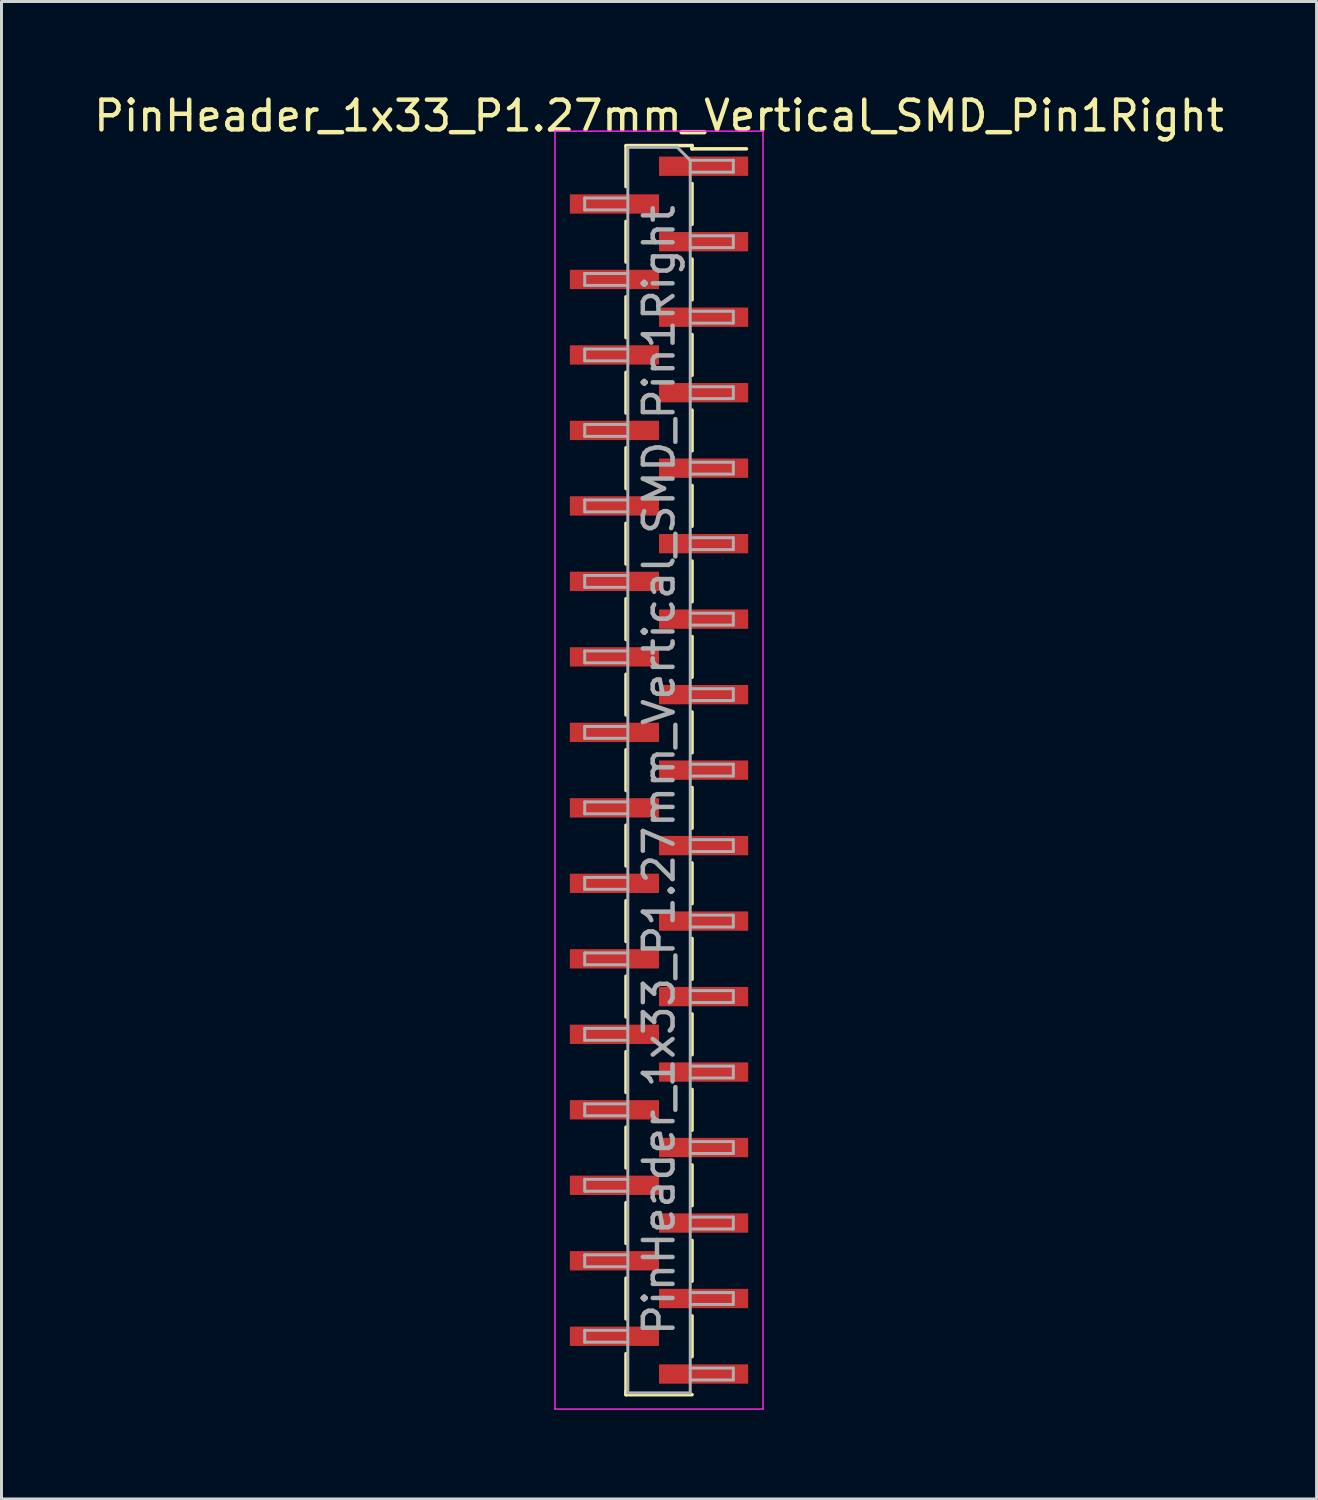
<source format=kicad_pcb>
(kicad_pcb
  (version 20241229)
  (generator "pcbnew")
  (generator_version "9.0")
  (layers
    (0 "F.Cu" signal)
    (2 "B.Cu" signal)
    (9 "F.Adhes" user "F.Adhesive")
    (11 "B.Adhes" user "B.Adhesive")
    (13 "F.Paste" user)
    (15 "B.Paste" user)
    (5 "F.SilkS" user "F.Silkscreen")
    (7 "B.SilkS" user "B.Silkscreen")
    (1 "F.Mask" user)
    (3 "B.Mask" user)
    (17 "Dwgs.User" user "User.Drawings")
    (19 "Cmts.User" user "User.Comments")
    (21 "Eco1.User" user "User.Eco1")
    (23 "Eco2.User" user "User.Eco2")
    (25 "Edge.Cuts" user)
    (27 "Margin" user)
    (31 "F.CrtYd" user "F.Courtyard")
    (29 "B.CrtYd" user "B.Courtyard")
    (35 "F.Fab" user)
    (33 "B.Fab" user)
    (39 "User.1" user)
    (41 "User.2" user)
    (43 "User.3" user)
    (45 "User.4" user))
  (footprint "PinHeader_1x33_P1.27mm_Vertical_SMD_Pin1Right"
    (layer "F.Cu")
    (at 19.125 22.863)
    (property "Reference" "PinHeader_1x33_P1.27mm_Vertical_SMD_Pin1Right" (at 0 -22.015 0) (layer "F.SilkS") (effects (font (size 1 1) (thickness 0.15))))
    (attr smd)
    (fp_line (start -1.11 -21.015) (end 1.11 -21.015) (stroke (width 0.12) (type solid)) (layer "F.SilkS"))
    (fp_line (start -1.11 -21.005) (end -1.11 -19.635) (stroke (width 0.12) (type solid)) (layer "F.SilkS"))
    (fp_line (start -1.11 -18.465) (end -1.11 -17.095) (stroke (width 0.12) (type solid)) (layer "F.SilkS"))
    (fp_line (start -1.11 -15.925) (end -1.11 -14.555) (stroke (width 0.12) (type solid)) (layer "F.SilkS"))
    (fp_line (start -1.11 -13.385) (end -1.11 -12.015) (stroke (width 0.12) (type solid)) (layer "F.SilkS"))
    (fp_line (start -1.11 -10.845) (end -1.11 -9.475) (stroke (width 0.12) (type solid)) (layer "F.SilkS"))
    (fp_line (start -1.11 -8.305) (end -1.11 -6.935) (stroke (width 0.12) (type solid)) (layer "F.SilkS"))
    (fp_line (start -1.11 -5.765) (end -1.11 -4.395) (stroke (width 0.12) (type solid)) (layer "F.SilkS"))
    (fp_line (start -1.11 -3.225) (end -1.11 -1.855) (stroke (width 0.12) (type solid)) (layer "F.SilkS"))
    (fp_line (start -1.11 -0.685) (end -1.11 0.685) (stroke (width 0.12) (type solid)) (layer "F.SilkS"))
    (fp_line (start -1.11 1.855) (end -1.11 3.225) (stroke (width 0.12) (type solid)) (layer "F.SilkS"))
    (fp_line (start -1.11 4.395) (end -1.11 5.765) (stroke (width 0.12) (type solid)) (layer "F.SilkS"))
    (fp_line (start -1.11 6.935) (end -1.11 8.305) (stroke (width 0.12) (type solid)) (layer "F.SilkS"))
    (fp_line (start -1.11 9.475) (end -1.11 10.845) (stroke (width 0.12) (type solid)) (layer "F.SilkS"))
    (fp_line (start -1.11 12.015) (end -1.11 13.385) (stroke (width 0.12) (type solid)) (layer "F.SilkS"))
    (fp_line (start -1.11 14.555) (end -1.11 15.925) (stroke (width 0.12) (type solid)) (layer "F.SilkS"))
    (fp_line (start -1.11 17.095) (end -1.11 18.465) (stroke (width 0.12) (type solid)) (layer "F.SilkS"))
    (fp_line (start -1.11 19.635) (end -1.11 21.005) (stroke (width 0.12) (type solid)) (layer "F.SilkS"))
    (fp_line (start -1.11 20.905) (end -1.11 21.015) (stroke (width 0.12) (type solid)) (layer "F.SilkS"))
    (fp_line (start -1.11 21.015) (end 1.11 21.015) (stroke (width 0.12) (type solid)) (layer "F.SilkS"))
    (fp_line (start 1.11 -21.015) (end 1.11 -20.905) (stroke (width 0.12) (type solid)) (layer "F.SilkS"))
    (fp_line (start 1.11 -20.905) (end 2.94 -20.905) (stroke (width 0.12) (type solid)) (layer "F.SilkS"))
    (fp_line (start 1.11 -19.735) (end 1.11 -18.365) (stroke (width 0.12) (type solid)) (layer "F.SilkS"))
    (fp_line (start 1.11 -17.195) (end 1.11 -15.825) (stroke (width 0.12) (type solid)) (layer "F.SilkS"))
    (fp_line (start 1.11 -14.655) (end 1.11 -13.285) (stroke (width 0.12) (type solid)) (layer "F.SilkS"))
    (fp_line (start 1.11 -12.115) (end 1.11 -10.745) (stroke (width 0.12) (type solid)) (layer "F.SilkS"))
    (fp_line (start 1.11 -9.575) (end 1.11 -8.205) (stroke (width 0.12) (type solid)) (layer "F.SilkS"))
    (fp_line (start 1.11 -7.035) (end 1.11 -5.665) (stroke (width 0.12) (type solid)) (layer "F.SilkS"))
    (fp_line (start 1.11 -4.495) (end 1.11 -3.125) (stroke (width 0.12) (type solid)) (layer "F.SilkS"))
    (fp_line (start 1.11 -1.955) (end 1.11 -0.585) (stroke (width 0.12) (type solid)) (layer "F.SilkS"))
    (fp_line (start 1.11 0.585) (end 1.11 1.955) (stroke (width 0.12) (type solid)) (layer "F.SilkS"))
    (fp_line (start 1.11 3.125) (end 1.11 4.495) (stroke (width 0.12) (type solid)) (layer "F.SilkS"))
    (fp_line (start 1.11 5.665) (end 1.11 7.035) (stroke (width 0.12) (type solid)) (layer "F.SilkS"))
    (fp_line (start 1.11 8.205) (end 1.11 9.575) (stroke (width 0.12) (type solid)) (layer "F.SilkS"))
    (fp_line (start 1.11 10.745) (end 1.11 12.115) (stroke (width 0.12) (type solid)) (layer "F.SilkS"))
    (fp_line (start 1.11 13.285) (end 1.11 14.655) (stroke (width 0.12) (type solid)) (layer "F.SilkS"))
    (fp_line (start 1.11 15.825) (end 1.11 17.195) (stroke (width 0.12) (type solid)) (layer "F.SilkS"))
    (fp_line (start 1.11 18.365) (end 1.11 19.735) (stroke (width 0.12) (type solid)) (layer "F.SilkS"))
    (fp_line (start -3.5 -21.5) (end -3.5 21.5) (stroke (width 0.05) (type solid)) (layer "F.CrtYd"))
    (fp_line (start -3.5 21.5) (end 3.5 21.5) (stroke (width 0.05) (type solid)) (layer "F.CrtYd"))
    (fp_line (start 3.5 -21.5) (end -3.5 -21.5) (stroke (width 0.05) (type solid)) (layer "F.CrtYd"))
    (fp_line (start 3.5 21.5) (end 3.5 -21.5) (stroke (width 0.05) (type solid)) (layer "F.CrtYd"))
    (fp_line (start -2.5 -19.25) (end -2.5 -18.85) (stroke (width 0.1) (type solid)) (layer "F.Fab"))
    (fp_line (start -2.5 -18.85) (end -1.05 -18.85) (stroke (width 0.1) (type solid)) (layer "F.Fab"))
    (fp_line (start -2.5 -16.71) (end -2.5 -16.31) (stroke (width 0.1) (type solid)) (layer "F.Fab"))
    (fp_line (start -2.5 -16.31) (end -1.05 -16.31) (stroke (width 0.1) (type solid)) (layer "F.Fab"))
    (fp_line (start -2.5 -14.17) (end -2.5 -13.77) (stroke (width 0.1) (type solid)) (layer "F.Fab"))
    (fp_line (start -2.5 -13.77) (end -1.05 -13.77) (stroke (width 0.1) (type solid)) (layer "F.Fab"))
    (fp_line (start -2.5 -11.63) (end -2.5 -11.23) (stroke (width 0.1) (type solid)) (layer "F.Fab"))
    (fp_line (start -2.5 -11.23) (end -1.05 -11.23) (stroke (width 0.1) (type solid)) (layer "F.Fab"))
    (fp_line (start -2.5 -9.09) (end -2.5 -8.69) (stroke (width 0.1) (type solid)) (layer "F.Fab"))
    (fp_line (start -2.5 -8.69) (end -1.05 -8.69) (stroke (width 0.1) (type solid)) (layer "F.Fab"))
    (fp_line (start -2.5 -6.55) (end -2.5 -6.15) (stroke (width 0.1) (type solid)) (layer "F.Fab"))
    (fp_line (start -2.5 -6.15) (end -1.05 -6.15) (stroke (width 0.1) (type solid)) (layer "F.Fab"))
    (fp_line (start -2.5 -4.01) (end -2.5 -3.61) (stroke (width 0.1) (type solid)) (layer "F.Fab"))
    (fp_line (start -2.5 -3.61) (end -1.05 -3.61) (stroke (width 0.1) (type solid)) (layer "F.Fab"))
    (fp_line (start -2.5 -1.47) (end -2.5 -1.07) (stroke (width 0.1) (type solid)) (layer "F.Fab"))
    (fp_line (start -2.5 -1.07) (end -1.05 -1.07) (stroke (width 0.1) (type solid)) (layer "F.Fab"))
    (fp_line (start -2.5 1.07) (end -2.5 1.47) (stroke (width 0.1) (type solid)) (layer "F.Fab"))
    (fp_line (start -2.5 1.47) (end -1.05 1.47) (stroke (width 0.1) (type solid)) (layer "F.Fab"))
    (fp_line (start -2.5 3.61) (end -2.5 4.01) (stroke (width 0.1) (type solid)) (layer "F.Fab"))
    (fp_line (start -2.5 4.01) (end -1.05 4.01) (stroke (width 0.1) (type solid)) (layer "F.Fab"))
    (fp_line (start -2.5 6.15) (end -2.5 6.55) (stroke (width 0.1) (type solid)) (layer "F.Fab"))
    (fp_line (start -2.5 6.55) (end -1.05 6.55) (stroke (width 0.1) (type solid)) (layer "F.Fab"))
    (fp_line (start -2.5 8.69) (end -2.5 9.09) (stroke (width 0.1) (type solid)) (layer "F.Fab"))
    (fp_line (start -2.5 9.09) (end -1.05 9.09) (stroke (width 0.1) (type solid)) (layer "F.Fab"))
    (fp_line (start -2.5 11.23) (end -2.5 11.63) (stroke (width 0.1) (type solid)) (layer "F.Fab"))
    (fp_line (start -2.5 11.63) (end -1.05 11.63) (stroke (width 0.1) (type solid)) (layer "F.Fab"))
    (fp_line (start -2.5 13.77) (end -2.5 14.17) (stroke (width 0.1) (type solid)) (layer "F.Fab"))
    (fp_line (start -2.5 14.17) (end -1.05 14.17) (stroke (width 0.1) (type solid)) (layer "F.Fab"))
    (fp_line (start -2.5 16.31) (end -2.5 16.71) (stroke (width 0.1) (type solid)) (layer "F.Fab"))
    (fp_line (start -2.5 16.71) (end -1.05 16.71) (stroke (width 0.1) (type solid)) (layer "F.Fab"))
    (fp_line (start -2.5 18.85) (end -2.5 19.25) (stroke (width 0.1) (type solid)) (layer "F.Fab"))
    (fp_line (start -2.5 19.25) (end -1.05 19.25) (stroke (width 0.1) (type solid)) (layer "F.Fab"))
    (fp_line (start -1.05 -20.955) (end -1.05 20.955) (stroke (width 0.1) (type solid)) (layer "F.Fab"))
    (fp_line (start -1.05 -20.955) (end 0.615 -20.955) (stroke (width 0.1) (type solid)) (layer "F.Fab"))
    (fp_line (start -1.05 -19.25) (end -2.5 -19.25) (stroke (width 0.1) (type solid)) (layer "F.Fab"))
    (fp_line (start -1.05 -16.71) (end -2.5 -16.71) (stroke (width 0.1) (type solid)) (layer "F.Fab"))
    (fp_line (start -1.05 -14.17) (end -2.5 -14.17) (stroke (width 0.1) (type solid)) (layer "F.Fab"))
    (fp_line (start -1.05 -11.63) (end -2.5 -11.63) (stroke (width 0.1) (type solid)) (layer "F.Fab"))
    (fp_line (start -1.05 -9.09) (end -2.5 -9.09) (stroke (width 0.1) (type solid)) (layer "F.Fab"))
    (fp_line (start -1.05 -6.55) (end -2.5 -6.55) (stroke (width 0.1) (type solid)) (layer "F.Fab"))
    (fp_line (start -1.05 -4.01) (end -2.5 -4.01) (stroke (width 0.1) (type solid)) (layer "F.Fab"))
    (fp_line (start -1.05 -1.47) (end -2.5 -1.47) (stroke (width 0.1) (type solid)) (layer "F.Fab"))
    (fp_line (start -1.05 1.07) (end -2.5 1.07) (stroke (width 0.1) (type solid)) (layer "F.Fab"))
    (fp_line (start -1.05 3.61) (end -2.5 3.61) (stroke (width 0.1) (type solid)) (layer "F.Fab"))
    (fp_line (start -1.05 6.15) (end -2.5 6.15) (stroke (width 0.1) (type solid)) (layer "F.Fab"))
    (fp_line (start -1.05 8.69) (end -2.5 8.69) (stroke (width 0.1) (type solid)) (layer "F.Fab"))
    (fp_line (start -1.05 11.23) (end -2.5 11.23) (stroke (width 0.1) (type solid)) (layer "F.Fab"))
    (fp_line (start -1.05 13.77) (end -2.5 13.77) (stroke (width 0.1) (type solid)) (layer "F.Fab"))
    (fp_line (start -1.05 16.31) (end -2.5 16.31) (stroke (width 0.1) (type solid)) (layer "F.Fab"))
    (fp_line (start -1.05 18.85) (end -2.5 18.85) (stroke (width 0.1) (type solid)) (layer "F.Fab"))
    (fp_line (start 1.05 -20.52) (end 0.615 -20.955) (stroke (width 0.1) (type solid)) (layer "F.Fab"))
    (fp_line (start 1.05 -20.52) (end 2.5 -20.52) (stroke (width 0.1) (type solid)) (layer "F.Fab"))
    (fp_line (start 1.05 -17.98) (end 2.5 -17.98) (stroke (width 0.1) (type solid)) (layer "F.Fab"))
    (fp_line (start 1.05 -15.44) (end 2.5 -15.44) (stroke (width 0.1) (type solid)) (layer "F.Fab"))
    (fp_line (start 1.05 -12.9) (end 2.5 -12.9) (stroke (width 0.1) (type solid)) (layer "F.Fab"))
    (fp_line (start 1.05 -10.36) (end 2.5 -10.36) (stroke (width 0.1) (type solid)) (layer "F.Fab"))
    (fp_line (start 1.05 -7.82) (end 2.5 -7.82) (stroke (width 0.1) (type solid)) (layer "F.Fab"))
    (fp_line (start 1.05 -5.28) (end 2.5 -5.28) (stroke (width 0.1) (type solid)) (layer "F.Fab"))
    (fp_line (start 1.05 -2.74) (end 2.5 -2.74) (stroke (width 0.1) (type solid)) (layer "F.Fab"))
    (fp_line (start 1.05 -0.2) (end 2.5 -0.2) (stroke (width 0.1) (type solid)) (layer "F.Fab"))
    (fp_line (start 1.05 2.34) (end 2.5 2.34) (stroke (width 0.1) (type solid)) (layer "F.Fab"))
    (fp_line (start 1.05 4.88) (end 2.5 4.88) (stroke (width 0.1) (type solid)) (layer "F.Fab"))
    (fp_line (start 1.05 7.42) (end 2.5 7.42) (stroke (width 0.1) (type solid)) (layer "F.Fab"))
    (fp_line (start 1.05 9.96) (end 2.5 9.96) (stroke (width 0.1) (type solid)) (layer "F.Fab"))
    (fp_line (start 1.05 12.5) (end 2.5 12.5) (stroke (width 0.1) (type solid)) (layer "F.Fab"))
    (fp_line (start 1.05 15.04) (end 2.5 15.04) (stroke (width 0.1) (type solid)) (layer "F.Fab"))
    (fp_line (start 1.05 17.58) (end 2.5 17.58) (stroke (width 0.1) (type solid)) (layer "F.Fab"))
    (fp_line (start 1.05 20.12) (end 2.5 20.12) (stroke (width 0.1) (type solid)) (layer "F.Fab"))
    (fp_line (start 1.05 20.955) (end -1.05 20.955) (stroke (width 0.1) (type solid)) (layer "F.Fab"))
    (fp_line (start 1.05 20.955) (end 1.05 -20.52) (stroke (width 0.1) (type solid)) (layer "F.Fab"))
    (fp_line (start 2.5 -20.52) (end 2.5 -20.12) (stroke (width 0.1) (type solid)) (layer "F.Fab"))
    (fp_line (start 2.5 -20.12) (end 1.05 -20.12) (stroke (width 0.1) (type solid)) (layer "F.Fab"))
    (fp_line (start 2.5 -17.98) (end 2.5 -17.58) (stroke (width 0.1) (type solid)) (layer "F.Fab"))
    (fp_line (start 2.5 -17.58) (end 1.05 -17.58) (stroke (width 0.1) (type solid)) (layer "F.Fab"))
    (fp_line (start 2.5 -15.44) (end 2.5 -15.04) (stroke (width 0.1) (type solid)) (layer "F.Fab"))
    (fp_line (start 2.5 -15.04) (end 1.05 -15.04) (stroke (width 0.1) (type solid)) (layer "F.Fab"))
    (fp_line (start 2.5 -12.9) (end 2.5 -12.5) (stroke (width 0.1) (type solid)) (layer "F.Fab"))
    (fp_line (start 2.5 -12.5) (end 1.05 -12.5) (stroke (width 0.1) (type solid)) (layer "F.Fab"))
    (fp_line (start 2.5 -10.36) (end 2.5 -9.96) (stroke (width 0.1) (type solid)) (layer "F.Fab"))
    (fp_line (start 2.5 -9.96) (end 1.05 -9.96) (stroke (width 0.1) (type solid)) (layer "F.Fab"))
    (fp_line (start 2.5 -7.82) (end 2.5 -7.42) (stroke (width 0.1) (type solid)) (layer "F.Fab"))
    (fp_line (start 2.5 -7.42) (end 1.05 -7.42) (stroke (width 0.1) (type solid)) (layer "F.Fab"))
    (fp_line (start 2.5 -5.28) (end 2.5 -4.88) (stroke (width 0.1) (type solid)) (layer "F.Fab"))
    (fp_line (start 2.5 -4.88) (end 1.05 -4.88) (stroke (width 0.1) (type solid)) (layer "F.Fab"))
    (fp_line (start 2.5 -2.74) (end 2.5 -2.34) (stroke (width 0.1) (type solid)) (layer "F.Fab"))
    (fp_line (start 2.5 -2.34) (end 1.05 -2.34) (stroke (width 0.1) (type solid)) (layer "F.Fab"))
    (fp_line (start 2.5 -0.2) (end 2.5 0.2) (stroke (width 0.1) (type solid)) (layer "F.Fab"))
    (fp_line (start 2.5 0.2) (end 1.05 0.2) (stroke (width 0.1) (type solid)) (layer "F.Fab"))
    (fp_line (start 2.5 2.34) (end 2.5 2.74) (stroke (width 0.1) (type solid)) (layer "F.Fab"))
    (fp_line (start 2.5 2.74) (end 1.05 2.74) (stroke (width 0.1) (type solid)) (layer "F.Fab"))
    (fp_line (start 2.5 4.88) (end 2.5 5.28) (stroke (width 0.1) (type solid)) (layer "F.Fab"))
    (fp_line (start 2.5 5.28) (end 1.05 5.28) (stroke (width 0.1) (type solid)) (layer "F.Fab"))
    (fp_line (start 2.5 7.42) (end 2.5 7.82) (stroke (width 0.1) (type solid)) (layer "F.Fab"))
    (fp_line (start 2.5 7.82) (end 1.05 7.82) (stroke (width 0.1) (type solid)) (layer "F.Fab"))
    (fp_line (start 2.5 9.96) (end 2.5 10.36) (stroke (width 0.1) (type solid)) (layer "F.Fab"))
    (fp_line (start 2.5 10.36) (end 1.05 10.36) (stroke (width 0.1) (type solid)) (layer "F.Fab"))
    (fp_line (start 2.5 12.5) (end 2.5 12.9) (stroke (width 0.1) (type solid)) (layer "F.Fab"))
    (fp_line (start 2.5 12.9) (end 1.05 12.9) (stroke (width 0.1) (type solid)) (layer "F.Fab"))
    (fp_line (start 2.5 15.04) (end 2.5 15.44) (stroke (width 0.1) (type solid)) (layer "F.Fab"))
    (fp_line (start 2.5 15.44) (end 1.05 15.44) (stroke (width 0.1) (type solid)) (layer "F.Fab"))
    (fp_line (start 2.5 17.58) (end 2.5 17.98) (stroke (width 0.1) (type solid)) (layer "F.Fab"))
    (fp_line (start 2.5 17.98) (end 1.05 17.98) (stroke (width 0.1) (type solid)) (layer "F.Fab"))
    (fp_line (start 2.5 20.12) (end 2.5 20.52) (stroke (width 0.1) (type solid)) (layer "F.Fab"))
    (fp_line (start 2.5 20.52) (end 1.05 20.52) (stroke (width 0.1) (type solid)) (layer "F.Fab"))
    (fp_text user "${REFERENCE}" (at 0 0 90) (layer "F.Fab") (effects (font (size 1 1) (thickness 0.15))))
    (pad "1" smd rect (at 1.5 -20.32) (size 3 0.65) (layers "F.Cu" "F.Mask" "F.Paste"))
    (pad "2" smd rect (at -1.5 -19.05) (size 3 0.65) (layers "F.Cu" "F.Mask" "F.Paste"))
    (pad "3" smd rect (at 1.5 -17.78) (size 3 0.65) (layers "F.Cu" "F.Mask" "F.Paste"))
    (pad "4" smd rect (at -1.5 -16.51) (size 3 0.65) (layers "F.Cu" "F.Mask" "F.Paste"))
    (pad "5" smd rect (at 1.5 -15.24) (size 3 0.65) (layers "F.Cu" "F.Mask" "F.Paste"))
    (pad "6" smd rect (at -1.5 -13.97) (size 3 0.65) (layers "F.Cu" "F.Mask" "F.Paste"))
    (pad "7" smd rect (at 1.5 -12.7) (size 3 0.65) (layers "F.Cu" "F.Mask" "F.Paste"))
    (pad "8" smd rect (at -1.5 -11.43) (size 3 0.65) (layers "F.Cu" "F.Mask" "F.Paste"))
    (pad "9" smd rect (at 1.5 -10.16) (size 3 0.65) (layers "F.Cu" "F.Mask" "F.Paste"))
    (pad "10" smd rect (at -1.5 -8.89) (size 3 0.65) (layers "F.Cu" "F.Mask" "F.Paste"))
    (pad "11" smd rect (at 1.5 -7.62) (size 3 0.65) (layers "F.Cu" "F.Mask" "F.Paste"))
    (pad "12" smd rect (at -1.5 -6.35) (size 3 0.65) (layers "F.Cu" "F.Mask" "F.Paste"))
    (pad "13" smd rect (at 1.5 -5.08) (size 3 0.65) (layers "F.Cu" "F.Mask" "F.Paste"))
    (pad "14" smd rect (at -1.5 -3.81) (size 3 0.65) (layers "F.Cu" "F.Mask" "F.Paste"))
    (pad "15" smd rect (at 1.5 -2.54) (size 3 0.65) (layers "F.Cu" "F.Mask" "F.Paste"))
    (pad "16" smd rect (at -1.5 -1.27) (size 3 0.65) (layers "F.Cu" "F.Mask" "F.Paste"))
    (pad "17" smd rect (at 1.5 0) (size 3 0.65) (layers "F.Cu" "F.Mask" "F.Paste"))
    (pad "18" smd rect (at -1.5 1.27) (size 3 0.65) (layers "F.Cu" "F.Mask" "F.Paste"))
    (pad "19" smd rect (at 1.5 2.54) (size 3 0.65) (layers "F.Cu" "F.Mask" "F.Paste"))
    (pad "20" smd rect (at -1.5 3.81) (size 3 0.65) (layers "F.Cu" "F.Mask" "F.Paste"))
    (pad "21" smd rect (at 1.5 5.08) (size 3 0.65) (layers "F.Cu" "F.Mask" "F.Paste"))
    (pad "22" smd rect (at -1.5 6.35) (size 3 0.65) (layers "F.Cu" "F.Mask" "F.Paste"))
    (pad "23" smd rect (at 1.5 7.62) (size 3 0.65) (layers "F.Cu" "F.Mask" "F.Paste"))
    (pad "24" smd rect (at -1.5 8.89) (size 3 0.65) (layers "F.Cu" "F.Mask" "F.Paste"))
    (pad "25" smd rect (at 1.5 10.16) (size 3 0.65) (layers "F.Cu" "F.Mask" "F.Paste"))
    (pad "26" smd rect (at -1.5 11.43) (size 3 0.65) (layers "F.Cu" "F.Mask" "F.Paste"))
    (pad "27" smd rect (at 1.5 12.7) (size 3 0.65) (layers "F.Cu" "F.Mask" "F.Paste"))
    (pad "28" smd rect (at -1.5 13.97) (size 3 0.65) (layers "F.Cu" "F.Mask" "F.Paste"))
    (pad "29" smd rect (at 1.5 15.24) (size 3 0.65) (layers "F.Cu" "F.Mask" "F.Paste"))
    (pad "30" smd rect (at -1.5 16.51) (size 3 0.65) (layers "F.Cu" "F.Mask" "F.Paste"))
    (pad "31" smd rect (at 1.5 17.78) (size 3 0.65) (layers "F.Cu" "F.Mask" "F.Paste"))
    (pad "32" smd rect (at -1.5 19.05) (size 3 0.65) (layers "F.Cu" "F.Mask" "F.Paste"))
    (pad "33" smd rect (at 1.5 20.32) (size 3 0.65) (layers "F.Cu" "F.Mask" "F.Paste")))
  (gr_rect
    (start -3 -3)
    (end 41.25 47.388)
    (stroke (width 0.1) (type default))
    (fill no)
    (layer "Edge.Cuts")))
</source>
